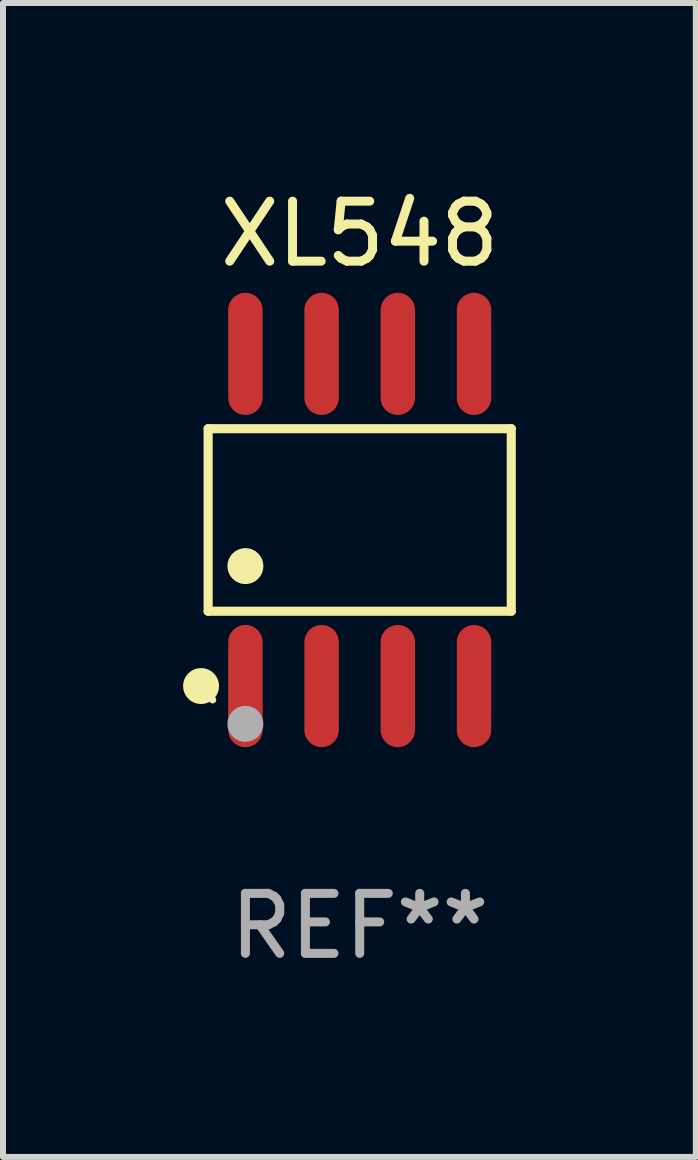
<source format=kicad_pcb>
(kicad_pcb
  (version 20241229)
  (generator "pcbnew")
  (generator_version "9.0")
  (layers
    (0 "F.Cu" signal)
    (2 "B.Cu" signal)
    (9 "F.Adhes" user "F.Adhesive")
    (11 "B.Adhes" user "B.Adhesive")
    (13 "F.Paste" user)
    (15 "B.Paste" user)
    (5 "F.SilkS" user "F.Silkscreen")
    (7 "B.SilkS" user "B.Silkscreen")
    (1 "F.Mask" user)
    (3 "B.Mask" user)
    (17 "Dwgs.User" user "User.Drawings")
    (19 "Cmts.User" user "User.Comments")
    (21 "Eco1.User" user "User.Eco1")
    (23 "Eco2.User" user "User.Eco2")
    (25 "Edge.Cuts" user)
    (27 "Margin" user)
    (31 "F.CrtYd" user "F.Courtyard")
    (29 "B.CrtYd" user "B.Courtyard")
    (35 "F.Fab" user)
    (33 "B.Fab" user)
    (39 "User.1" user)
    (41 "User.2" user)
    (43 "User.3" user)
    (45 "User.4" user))
  (footprint "XL548"
    (layer "F.Cu")
    (at 2.945 5.616)
    (property "Reference" "XL548" (at 0 -4.768 0) (layer "F.SilkS") (effects (font (size 1 1) (thickness 0.15))))
    (attr through_hole)
    (fp_line (start -2.526 -1.521) (end 2.526 -1.521) (stroke (width 0.152) (type solid)) (layer "F.SilkS"))
    (fp_line (start -2.526 1.521) (end -2.526 -1.521) (stroke (width 0.152) (type solid)) (layer "F.SilkS"))
    (fp_line (start 2.526 -1.521) (end 2.526 1.521) (stroke (width 0.152) (type solid)) (layer "F.SilkS"))
    (fp_line (start 2.526 1.521) (end -2.526 1.521) (stroke (width 0.152) (type solid)) (layer "F.SilkS"))
    (fp_circle (center -2.644 2.768) (end -2.494 2.768) (stroke (width 0.3) (type solid)) (fill no) (layer "F.SilkS"))
    (fp_circle (center -2.45 2.998) (end -2.42 2.998) (stroke (width 0.06) (type solid)) (fill no) (layer "F.SilkS"))
    (fp_circle (center -1.905 0.769) (end -1.755 0.769) (stroke (width 0.3) (type solid)) (fill no) (layer "F.SilkS"))
    (fp_circle (center -1.905 3.398) (end -1.755 3.398) (stroke (width 0.3) (type solid)) (fill no) (layer "F.Fab"))
    (fp_text user "REF**" (at 0 6.768 0) (layer "F.Fab") (effects (font (size 1 1) (thickness 0.15))))
    (pad "1" smd oval (at -1.905 2.768) (size 0.574 2.036) (layers "F.Cu" "F.Mask" "F.Paste"))
    (pad "2" smd oval (at -0.635 2.768) (size 0.574 2.036) (layers "F.Cu" "F.Mask" "F.Paste"))
    (pad "3" smd oval (at 0.635 2.768) (size 0.574 2.036) (layers "F.Cu" "F.Mask" "F.Paste"))
    (pad "4" smd oval (at 1.905 2.768) (size 0.574 2.036) (layers "F.Cu" "F.Mask" "F.Paste"))
    (pad "5" smd oval (at 1.905 -2.768) (size 0.574 2.036) (layers "F.Cu" "F.Mask" "F.Paste"))
    (pad "6" smd oval (at 0.635 -2.768) (size 0.574 2.036) (layers "F.Cu" "F.Mask" "F.Paste"))
    (pad "7" smd oval (at -0.635 -2.768) (size 0.574 2.036) (layers "F.Cu" "F.Mask" "F.Paste"))
    (pad "8" smd oval (at -1.905 -2.768) (size 0.574 2.036) (layers "F.Cu" "F.Mask" "F.Paste")))
  (gr_rect
    (start -3 -3)
    (end 8.547 16.232)
    (stroke (width 0.1) (type default))
    (fill no)
    (layer "Edge.Cuts")))
</source>
